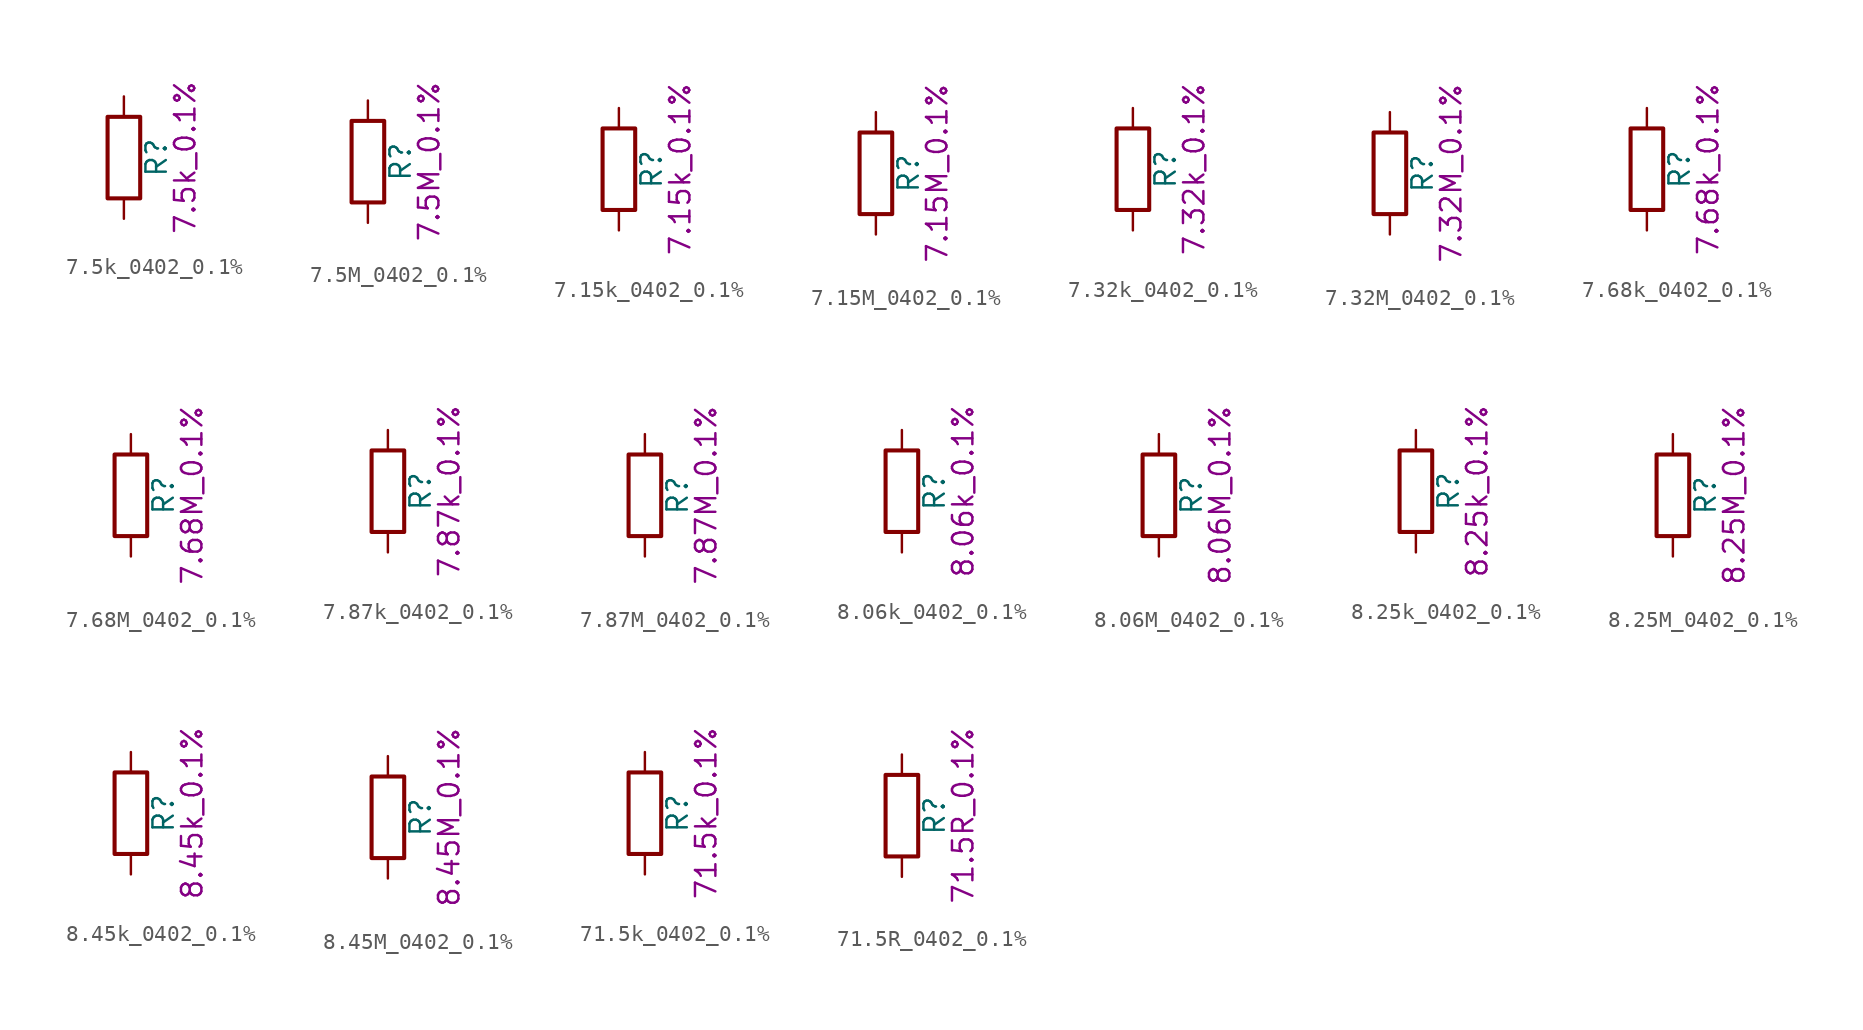
<source format=kicad_sym>
(kicad_symbol_lib
  (version 20211014)
  (generator kicad_symbol_editor)
  (symbol "7.5k_0402_0.1%"
    (pin_numbers hide)
    (pin_names
      (offset 0))
    (property "Reference" "R"
      (at 2.032 0 90)
      (effects (font (size 1.27 1.27))))
    (property "Display" "7.5k_0.1%"
      (at 3.81 0 90)
      (effects (font (size 1.27 1.27))))
    (symbol "7.5k_0402_0.1%_0_1"
      (rectangle (start -1.016 -2.54) (end 1.016 2.54) (stroke (width 0.254) (type default) (color 0 0 0 0)) (fill (type none))))
    (symbol "7.5k_0402_0.1%_1_1"
      (pin passive line (at 0 3.81 270) (length 1.27) (name "~" (effects (font (size 1.27 1.27)))) (number "1" (effects (font (size 1.27 1.27)))))
      (pin passive line (at 0 -3.81 90) (length 1.27) (name "~" (effects (font (size 1.27 1.27)))) (number "2" (effects (font (size 1.27 1.27)))))))
  (symbol "7.5M_0402_0.1%"
    (pin_numbers hide)
    (pin_names
      (offset 0))
    (property "Reference" "R"
      (at 2.032 0 90)
      (effects (font (size 1.27 1.27))))
    (property "Display" "7.5M_0.1%"
      (at 3.81 0 90)
      (effects (font (size 1.27 1.27))))
    (symbol "7.5M_0402_0.1%_0_1"
      (rectangle (start -1.016 -2.54) (end 1.016 2.54) (stroke (width 0.254) (type default) (color 0 0 0 0)) (fill (type none))))
    (symbol "7.5M_0402_0.1%_1_1"
      (pin passive line (at 0 3.81 270) (length 1.27) (name "~" (effects (font (size 1.27 1.27)))) (number "1" (effects (font (size 1.27 1.27)))))
      (pin passive line (at 0 -3.81 90) (length 1.27) (name "~" (effects (font (size 1.27 1.27)))) (number "2" (effects (font (size 1.27 1.27)))))))
  (symbol "7.15k_0402_0.1%"
    (pin_numbers hide)
    (pin_names
      (offset 0))
    (property "Reference" "R"
      (at 2.032 0 90)
      (effects (font (size 1.27 1.27))))
    (property "Display" "7.15k_0.1%"
      (at 3.81 0 90)
      (effects (font (size 1.27 1.27))))
    (symbol "7.15k_0402_0.1%_0_1"
      (rectangle (start -1.016 -2.54) (end 1.016 2.54) (stroke (width 0.254) (type default) (color 0 0 0 0)) (fill (type none))))
    (symbol "7.15k_0402_0.1%_1_1"
      (pin passive line (at 0 3.81 270) (length 1.27) (name "~" (effects (font (size 1.27 1.27)))) (number "1" (effects (font (size 1.27 1.27)))))
      (pin passive line (at 0 -3.81 90) (length 1.27) (name "~" (effects (font (size 1.27 1.27)))) (number "2" (effects (font (size 1.27 1.27)))))))
  (symbol "7.15M_0402_0.1%"
    (pin_numbers hide)
    (pin_names
      (offset 0))
    (property "Reference" "R"
      (at 2.032 0 90)
      (effects (font (size 1.27 1.27))))
    (property "Display" "7.15M_0.1%"
      (at 3.81 0 90)
      (effects (font (size 1.27 1.27))))
    (symbol "7.15M_0402_0.1%_0_1"
      (rectangle (start -1.016 -2.54) (end 1.016 2.54) (stroke (width 0.254) (type default) (color 0 0 0 0)) (fill (type none))))
    (symbol "7.15M_0402_0.1%_1_1"
      (pin passive line (at 0 3.81 270) (length 1.27) (name "~" (effects (font (size 1.27 1.27)))) (number "1" (effects (font (size 1.27 1.27)))))
      (pin passive line (at 0 -3.81 90) (length 1.27) (name "~" (effects (font (size 1.27 1.27)))) (number "2" (effects (font (size 1.27 1.27)))))))
  (symbol "7.32k_0402_0.1%"
    (pin_numbers hide)
    (pin_names
      (offset 0))
    (property "Reference" "R"
      (at 2.032 0 90)
      (effects (font (size 1.27 1.27))))
    (property "Display" "7.32k_0.1%"
      (at 3.81 0 90)
      (effects (font (size 1.27 1.27))))
    (symbol "7.32k_0402_0.1%_0_1"
      (rectangle (start -1.016 -2.54) (end 1.016 2.54) (stroke (width 0.254) (type default) (color 0 0 0 0)) (fill (type none))))
    (symbol "7.32k_0402_0.1%_1_1"
      (pin passive line (at 0 3.81 270) (length 1.27) (name "~" (effects (font (size 1.27 1.27)))) (number "1" (effects (font (size 1.27 1.27)))))
      (pin passive line (at 0 -3.81 90) (length 1.27) (name "~" (effects (font (size 1.27 1.27)))) (number "2" (effects (font (size 1.27 1.27)))))))
  (symbol "7.32M_0402_0.1%"
    (pin_numbers hide)
    (pin_names
      (offset 0))
    (property "Reference" "R"
      (at 2.032 0 90)
      (effects (font (size 1.27 1.27))))
    (property "Display" "7.32M_0.1%"
      (at 3.81 0 90)
      (effects (font (size 1.27 1.27))))
    (symbol "7.32M_0402_0.1%_0_1"
      (rectangle (start -1.016 -2.54) (end 1.016 2.54) (stroke (width 0.254) (type default) (color 0 0 0 0)) (fill (type none))))
    (symbol "7.32M_0402_0.1%_1_1"
      (pin passive line (at 0 3.81 270) (length 1.27) (name "~" (effects (font (size 1.27 1.27)))) (number "1" (effects (font (size 1.27 1.27)))))
      (pin passive line (at 0 -3.81 90) (length 1.27) (name "~" (effects (font (size 1.27 1.27)))) (number "2" (effects (font (size 1.27 1.27)))))))
  (symbol "7.68k_0402_0.1%"
    (pin_numbers hide)
    (pin_names
      (offset 0))
    (property "Reference" "R"
      (at 2.032 0 90)
      (effects (font (size 1.27 1.27))))
    (property "Display" "7.68k_0.1%"
      (at 3.81 0 90)
      (effects (font (size 1.27 1.27))))
    (symbol "7.68k_0402_0.1%_0_1"
      (rectangle (start -1.016 -2.54) (end 1.016 2.54) (stroke (width 0.254) (type default) (color 0 0 0 0)) (fill (type none))))
    (symbol "7.68k_0402_0.1%_1_1"
      (pin passive line (at 0 3.81 270) (length 1.27) (name "~" (effects (font (size 1.27 1.27)))) (number "1" (effects (font (size 1.27 1.27)))))
      (pin passive line (at 0 -3.81 90) (length 1.27) (name "~" (effects (font (size 1.27 1.27)))) (number "2" (effects (font (size 1.27 1.27)))))))
  (symbol "7.68M_0402_0.1%"
    (pin_numbers hide)
    (pin_names
      (offset 0))
    (property "Reference" "R"
      (at 2.032 0 90)
      (effects (font (size 1.27 1.27))))
    (property "Display" "7.68M_0.1%"
      (at 3.81 0 90)
      (effects (font (size 1.27 1.27))))
    (symbol "7.68M_0402_0.1%_0_1"
      (rectangle (start -1.016 -2.54) (end 1.016 2.54) (stroke (width 0.254) (type default) (color 0 0 0 0)) (fill (type none))))
    (symbol "7.68M_0402_0.1%_1_1"
      (pin passive line (at 0 3.81 270) (length 1.27) (name "~" (effects (font (size 1.27 1.27)))) (number "1" (effects (font (size 1.27 1.27)))))
      (pin passive line (at 0 -3.81 90) (length 1.27) (name "~" (effects (font (size 1.27 1.27)))) (number "2" (effects (font (size 1.27 1.27)))))))
  (symbol "7.87k_0402_0.1%"
    (pin_numbers hide)
    (pin_names
      (offset 0))
    (property "Reference" "R"
      (at 2.032 0 90)
      (effects (font (size 1.27 1.27))))
    (property "Display" "7.87k_0.1%"
      (at 3.81 0 90)
      (effects (font (size 1.27 1.27))))
    (symbol "7.87k_0402_0.1%_0_1"
      (rectangle (start -1.016 -2.54) (end 1.016 2.54) (stroke (width 0.254) (type default) (color 0 0 0 0)) (fill (type none))))
    (symbol "7.87k_0402_0.1%_1_1"
      (pin passive line (at 0 3.81 270) (length 1.27) (name "~" (effects (font (size 1.27 1.27)))) (number "1" (effects (font (size 1.27 1.27)))))
      (pin passive line (at 0 -3.81 90) (length 1.27) (name "~" (effects (font (size 1.27 1.27)))) (number "2" (effects (font (size 1.27 1.27)))))))
  (symbol "7.87M_0402_0.1%"
    (pin_numbers hide)
    (pin_names
      (offset 0))
    (property "Reference" "R"
      (at 2.032 0 90)
      (effects (font (size 1.27 1.27))))
    (property "Display" "7.87M_0.1%"
      (at 3.81 0 90)
      (effects (font (size 1.27 1.27))))
    (symbol "7.87M_0402_0.1%_0_1"
      (rectangle (start -1.016 -2.54) (end 1.016 2.54) (stroke (width 0.254) (type default) (color 0 0 0 0)) (fill (type none))))
    (symbol "7.87M_0402_0.1%_1_1"
      (pin passive line (at 0 3.81 270) (length 1.27) (name "~" (effects (font (size 1.27 1.27)))) (number "1" (effects (font (size 1.27 1.27)))))
      (pin passive line (at 0 -3.81 90) (length 1.27) (name "~" (effects (font (size 1.27 1.27)))) (number "2" (effects (font (size 1.27 1.27)))))))
  (symbol "8.06k_0402_0.1%"
    (pin_numbers hide)
    (pin_names
      (offset 0))
    (property "Reference" "R"
      (at 2.032 0 90)
      (effects (font (size 1.27 1.27))))
    (property "Display" "8.06k_0.1%"
      (at 3.81 0 90)
      (effects (font (size 1.27 1.27))))
    (symbol "8.06k_0402_0.1%_0_1"
      (rectangle (start -1.016 -2.54) (end 1.016 2.54) (stroke (width 0.254) (type default) (color 0 0 0 0)) (fill (type none))))
    (symbol "8.06k_0402_0.1%_1_1"
      (pin passive line (at 0 3.81 270) (length 1.27) (name "~" (effects (font (size 1.27 1.27)))) (number "1" (effects (font (size 1.27 1.27)))))
      (pin passive line (at 0 -3.81 90) (length 1.27) (name "~" (effects (font (size 1.27 1.27)))) (number "2" (effects (font (size 1.27 1.27)))))))
  (symbol "8.06M_0402_0.1%"
    (pin_numbers hide)
    (pin_names
      (offset 0))
    (property "Reference" "R"
      (at 2.032 0 90)
      (effects (font (size 1.27 1.27))))
    (property "Display" "8.06M_0.1%"
      (at 3.81 0 90)
      (effects (font (size 1.27 1.27))))
    (symbol "8.06M_0402_0.1%_0_1"
      (rectangle (start -1.016 -2.54) (end 1.016 2.54) (stroke (width 0.254) (type default) (color 0 0 0 0)) (fill (type none))))
    (symbol "8.06M_0402_0.1%_1_1"
      (pin passive line (at 0 3.81 270) (length 1.27) (name "~" (effects (font (size 1.27 1.27)))) (number "1" (effects (font (size 1.27 1.27)))))
      (pin passive line (at 0 -3.81 90) (length 1.27) (name "~" (effects (font (size 1.27 1.27)))) (number "2" (effects (font (size 1.27 1.27)))))))
  (symbol "8.25k_0402_0.1%"
    (pin_numbers hide)
    (pin_names
      (offset 0))
    (property "Reference" "R"
      (at 2.032 0 90)
      (effects (font (size 1.27 1.27))))
    (property "Display" "8.25k_0.1%"
      (at 3.81 0 90)
      (effects (font (size 1.27 1.27))))
    (symbol "8.25k_0402_0.1%_0_1"
      (rectangle (start -1.016 -2.54) (end 1.016 2.54) (stroke (width 0.254) (type default) (color 0 0 0 0)) (fill (type none))))
    (symbol "8.25k_0402_0.1%_1_1"
      (pin passive line (at 0 3.81 270) (length 1.27) (name "~" (effects (font (size 1.27 1.27)))) (number "1" (effects (font (size 1.27 1.27)))))
      (pin passive line (at 0 -3.81 90) (length 1.27) (name "~" (effects (font (size 1.27 1.27)))) (number "2" (effects (font (size 1.27 1.27)))))))
  (symbol "8.25M_0402_0.1%"
    (pin_numbers hide)
    (pin_names
      (offset 0))
    (property "Reference" "R"
      (at 2.032 0 90)
      (effects (font (size 1.27 1.27))))
    (property "Display" "8.25M_0.1%"
      (at 3.81 0 90)
      (effects (font (size 1.27 1.27))))
    (symbol "8.25M_0402_0.1%_0_1"
      (rectangle (start -1.016 -2.54) (end 1.016 2.54) (stroke (width 0.254) (type default) (color 0 0 0 0)) (fill (type none))))
    (symbol "8.25M_0402_0.1%_1_1"
      (pin passive line (at 0 3.81 270) (length 1.27) (name "~" (effects (font (size 1.27 1.27)))) (number "1" (effects (font (size 1.27 1.27)))))
      (pin passive line (at 0 -3.81 90) (length 1.27) (name "~" (effects (font (size 1.27 1.27)))) (number "2" (effects (font (size 1.27 1.27)))))))
  (symbol "8.45k_0402_0.1%"
    (pin_numbers hide)
    (pin_names
      (offset 0))
    (property "Reference" "R"
      (at 2.032 0 90)
      (effects (font (size 1.27 1.27))))
    (property "Display" "8.45k_0.1%"
      (at 3.81 0 90)
      (effects (font (size 1.27 1.27))))
    (symbol "8.45k_0402_0.1%_0_1"
      (rectangle (start -1.016 -2.54) (end 1.016 2.54) (stroke (width 0.254) (type default) (color 0 0 0 0)) (fill (type none))))
    (symbol "8.45k_0402_0.1%_1_1"
      (pin passive line (at 0 3.81 270) (length 1.27) (name "~" (effects (font (size 1.27 1.27)))) (number "1" (effects (font (size 1.27 1.27)))))
      (pin passive line (at 0 -3.81 90) (length 1.27) (name "~" (effects (font (size 1.27 1.27)))) (number "2" (effects (font (size 1.27 1.27)))))))
  (symbol "8.45M_0402_0.1%"
    (pin_numbers hide)
    (pin_names
      (offset 0))
    (property "Reference" "R"
      (at 2.032 0 90)
      (effects (font (size 1.27 1.27))))
    (property "Display" "8.45M_0.1%"
      (at 3.81 0 90)
      (effects (font (size 1.27 1.27))))
    (symbol "8.45M_0402_0.1%_0_1"
      (rectangle (start -1.016 -2.54) (end 1.016 2.54) (stroke (width 0.254) (type default) (color 0 0 0 0)) (fill (type none))))
    (symbol "8.45M_0402_0.1%_1_1"
      (pin passive line (at 0 3.81 270) (length 1.27) (name "~" (effects (font (size 1.27 1.27)))) (number "1" (effects (font (size 1.27 1.27)))))
      (pin passive line (at 0 -3.81 90) (length 1.27) (name "~" (effects (font (size 1.27 1.27)))) (number "2" (effects (font (size 1.27 1.27)))))))
  (symbol "71.5k_0402_0.1%"
    (pin_numbers hide)
    (pin_names
      (offset 0))
    (property "Reference" "R"
      (at 2.032 0 90)
      (effects (font (size 1.27 1.27))))
    (property "Display" "71.5k_0.1%"
      (at 3.81 0 90)
      (effects (font (size 1.27 1.27))))
    (symbol "71.5k_0402_0.1%_0_1"
      (rectangle (start -1.016 -2.54) (end 1.016 2.54) (stroke (width 0.254) (type default) (color 0 0 0 0)) (fill (type none))))
    (symbol "71.5k_0402_0.1%_1_1"
      (pin passive line (at 0 3.81 270) (length 1.27) (name "~" (effects (font (size 1.27 1.27)))) (number "1" (effects (font (size 1.27 1.27)))))
      (pin passive line (at 0 -3.81 90) (length 1.27) (name "~" (effects (font (size 1.27 1.27)))) (number "2" (effects (font (size 1.27 1.27)))))))
  (symbol "71.5R_0402_0.1%"
    (pin_numbers hide)
    (pin_names
      (offset 0))
    (property "Reference" "R"
      (at 2.032 0 90)
      (effects (font (size 1.27 1.27))))
    (property "Display" "71.5R_0.1%"
      (at 3.81 0 90)
      (effects (font (size 1.27 1.27))))
    (symbol "71.5R_0402_0.1%_0_1"
      (rectangle (start -1.016 -2.54) (end 1.016 2.54) (stroke (width 0.254) (type default) (color 0 0 0 0)) (fill (type none))))
    (symbol "71.5R_0402_0.1%_1_1"
      (pin passive line (at 0 3.81 270) (length 1.27) (name "~" (effects (font (size 1.27 1.27)))) (number "1" (effects (font (size 1.27 1.27)))))
      (pin passive line (at 0 -3.81 90) (length 1.27) (name "~" (effects (font (size 1.27 1.27)))) (number "2" (effects (font (size 1.27 1.27))))))))
</source>
